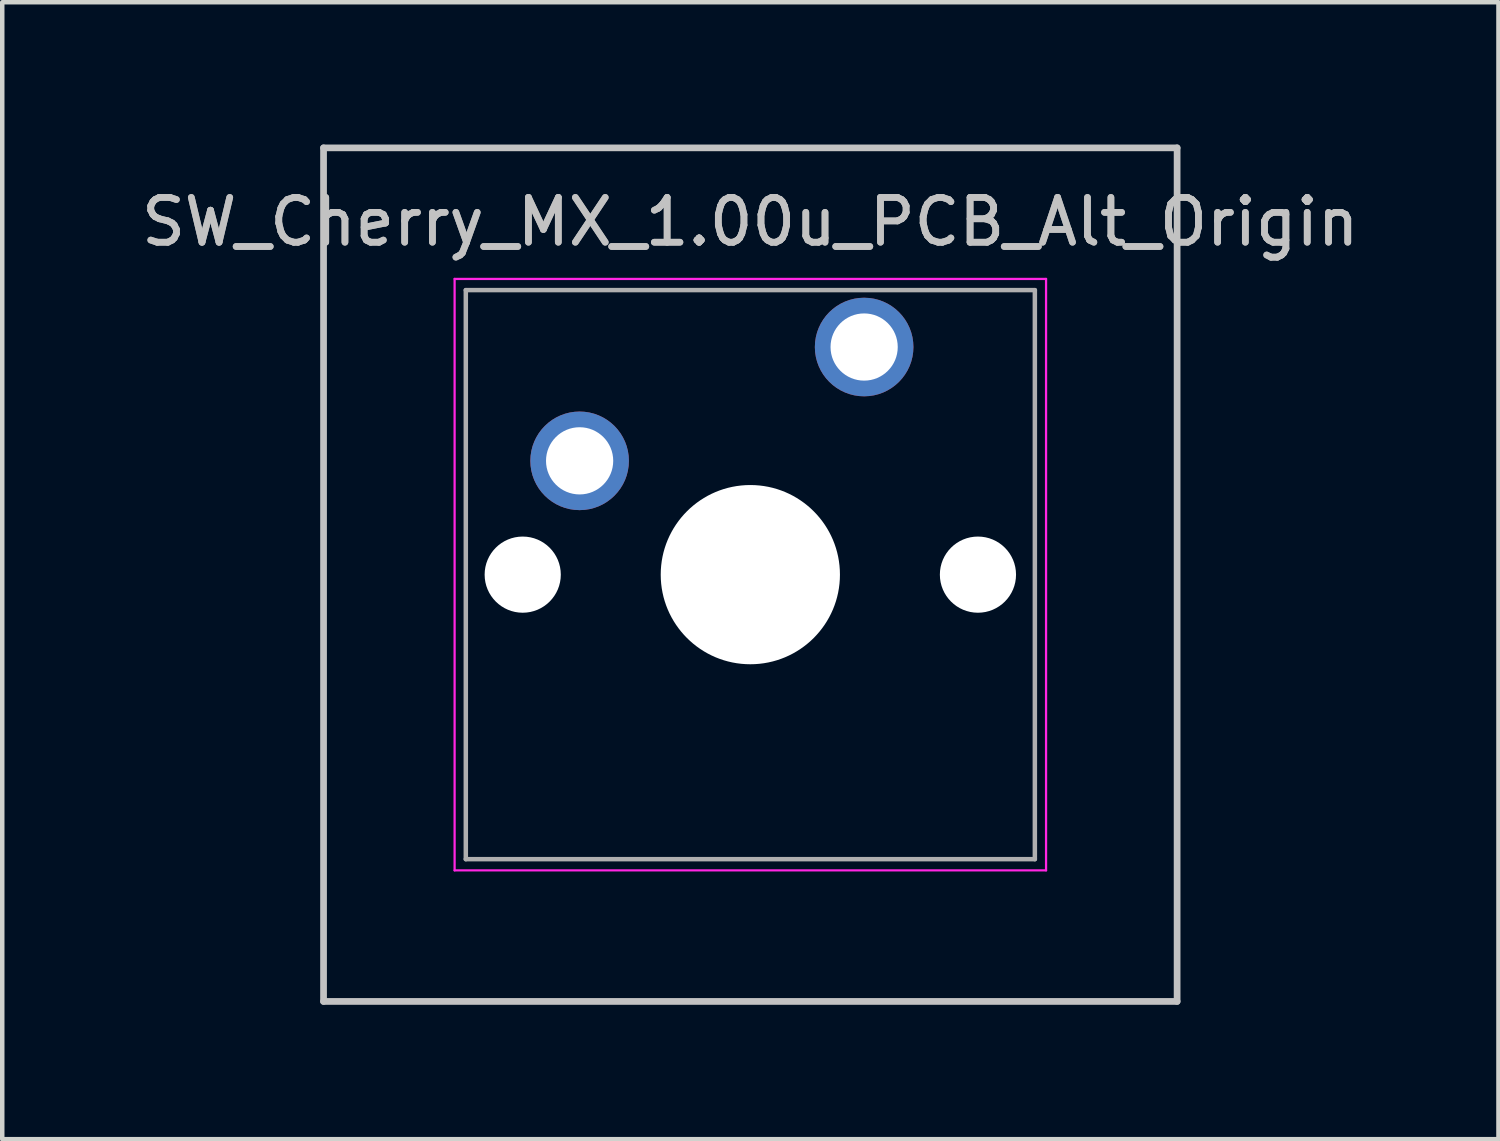
<source format=kicad_pcb>
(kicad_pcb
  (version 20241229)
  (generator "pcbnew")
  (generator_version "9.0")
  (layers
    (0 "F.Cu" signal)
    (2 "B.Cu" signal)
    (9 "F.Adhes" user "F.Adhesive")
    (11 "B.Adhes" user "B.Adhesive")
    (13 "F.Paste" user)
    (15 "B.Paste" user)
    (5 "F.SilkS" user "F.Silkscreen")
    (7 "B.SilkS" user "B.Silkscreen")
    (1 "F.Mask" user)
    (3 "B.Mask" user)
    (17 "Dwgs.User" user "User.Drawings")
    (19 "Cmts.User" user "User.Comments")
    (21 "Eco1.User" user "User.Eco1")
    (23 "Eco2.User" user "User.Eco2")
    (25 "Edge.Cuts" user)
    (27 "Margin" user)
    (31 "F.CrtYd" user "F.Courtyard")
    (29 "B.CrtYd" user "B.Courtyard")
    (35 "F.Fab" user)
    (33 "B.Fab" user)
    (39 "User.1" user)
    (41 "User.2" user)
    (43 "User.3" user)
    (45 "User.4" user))
  (footprint "SW_Cherry_MX_1.00u_PCB_Alt_Origin"
    (layer "F.Cu")
    (at 4.171 0.25)
    (property "Reference" "SW_Cherry_MX_1.00u_PCB_Alt_Origin" (at 9.525 1.651 0) (layer "Dwgs.User") (effects (font (size 1 1) (thickness 0.15))))
    (attr through_hole)
    (fp_line (start 0 0) (end 19.05 0) (stroke (width 0.15) (type solid)) (layer "Dwgs.User"))
    (fp_line (start 0 19.05) (end 0 0) (stroke (width 0.15) (type solid)) (layer "Dwgs.User"))
    (fp_line (start 19.05 0) (end 19.05 19.05) (stroke (width 0.15) (type solid)) (layer "Dwgs.User"))
    (fp_line (start 19.05 19.05) (end 0 19.05) (stroke (width 0.15) (type solid)) (layer "Dwgs.User"))
    (fp_line (start 2.925 2.925) (end 16.125 2.925) (stroke (width 0.05) (type solid)) (layer "F.CrtYd"))
    (fp_line (start 2.925 16.125) (end 2.925 2.925) (stroke (width 0.05) (type solid)) (layer "F.CrtYd"))
    (fp_line (start 16.125 2.925) (end 16.125 16.125) (stroke (width 0.05) (type solid)) (layer "F.CrtYd"))
    (fp_line (start 16.125 16.125) (end 2.925 16.125) (stroke (width 0.05) (type solid)) (layer "F.CrtYd"))
    (fp_line (start 3.175 3.175) (end 15.875 3.175) (stroke (width 0.1) (type solid)) (layer "F.Fab"))
    (fp_line (start 3.175 15.875) (end 3.175 3.175) (stroke (width 0.1) (type solid)) (layer "F.Fab"))
    (fp_line (start 15.875 3.175) (end 15.875 15.875) (stroke (width 0.1) (type solid)) (layer "F.Fab"))
    (fp_line (start 15.875 15.875) (end 3.175 15.875) (stroke (width 0.1) (type solid)) (layer "F.Fab"))
    (fp_text user "${REFERENCE}" (at 9.525 1.651 0) (layer "F.Fab") (effects (font (size 1 1) (thickness 0.15))))
    (pad "" np_thru_hole circle (at 4.445 9.525) (size 1.7 1.7) (drill 1.7) (layers "*.Cu" "*.Mask"))
    (pad "" np_thru_hole circle (at 9.525 9.525) (size 4 4) (drill 4) (layers "*.Cu" "*.Mask"))
    (pad "" np_thru_hole circle (at 14.605 9.525) (size 1.7 1.7) (drill 1.7) (layers "*.Cu" "*.Mask"))
    (pad "1" thru_hole circle (at 12.065 4.445) (size 2.2 2.2) (drill 1.5) (layers "*.Cu" "*.Mask"))
    (pad "2" thru_hole circle (at 5.715 6.985) (size 2.2 2.2) (drill 1.5) (layers "*.Cu" "*.Mask")))
  (gr_rect
    (start -3 -3)
    (end 30.393 22.375)
    (stroke (width 0.1) (type default))
    (fill no)
    (layer "Edge.Cuts")))
</source>
